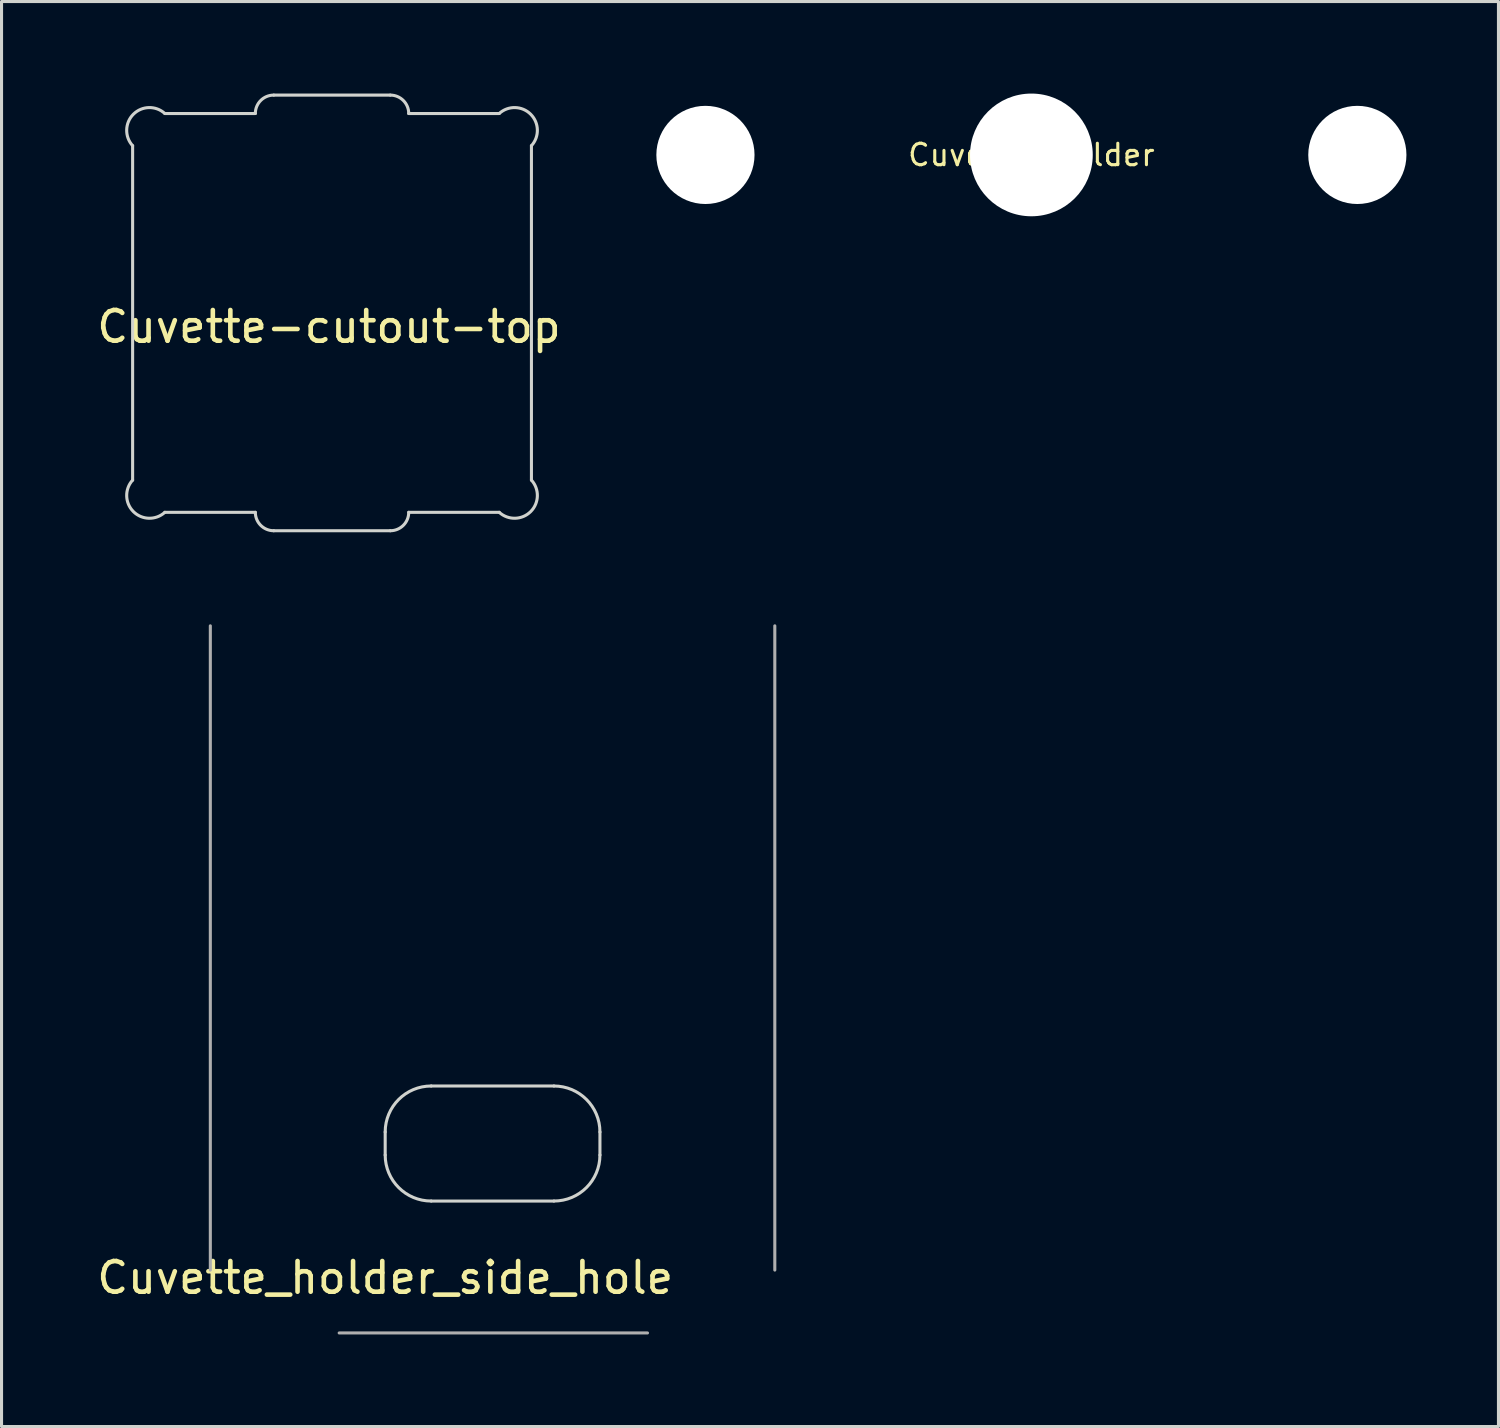
<source format=kicad_pcb>
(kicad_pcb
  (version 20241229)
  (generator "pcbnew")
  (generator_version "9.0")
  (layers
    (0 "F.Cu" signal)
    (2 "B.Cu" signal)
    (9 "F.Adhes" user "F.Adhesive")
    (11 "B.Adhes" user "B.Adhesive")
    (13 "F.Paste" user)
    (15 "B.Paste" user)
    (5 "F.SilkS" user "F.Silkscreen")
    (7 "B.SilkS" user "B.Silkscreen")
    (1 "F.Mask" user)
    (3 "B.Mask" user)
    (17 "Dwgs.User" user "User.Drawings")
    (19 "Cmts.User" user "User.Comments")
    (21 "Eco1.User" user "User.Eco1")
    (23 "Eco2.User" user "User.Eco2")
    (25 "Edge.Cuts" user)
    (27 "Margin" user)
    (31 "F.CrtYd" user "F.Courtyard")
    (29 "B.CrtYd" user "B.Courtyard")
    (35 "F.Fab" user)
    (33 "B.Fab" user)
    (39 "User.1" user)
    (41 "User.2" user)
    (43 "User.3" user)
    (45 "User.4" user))
  (footprint "Cuvette-holder"
    (layer "F.Cu")
    (at 30.57 2)
    (property "Reference" "Cuvette-holder" (at 0 0 0) (layer "F.SilkS") (effects (font (size 0.7 0.7) (thickness 0.1))))
    (attr through_hole)
    (pad "" np_thru_hole circle (at -10.625 0) (size 3.2 3.2) (drill 3.2) (layers "*.Cu" "*.Mask"))
    (pad "" np_thru_hole circle (at 0 0) (size 4 4) (drill 4) (layers "*.Cu" "*.Mask"))
    (pad "" np_thru_hole circle (at 10.625 0) (size 3.2 3.2) (drill 3.2) (layers "*.Cu" "*.Mask")))
  (footprint "Cuvette_holder_side_hole"
    (layer "F.Cu")
    (at 13.006 32.35)
    (property "Reference" "Cuvette_holder_side_hole" (at -3.5 6.25 0) (layer "F.SilkS") (effects (font (size 1 1) (thickness 0.15))))
    (attr through_hole)
    (fp_line (start -3.5 2.25) (end -3.5 1.5) (stroke (width 0.1) (type solid)) (layer "Edge.Cuts"))
    (fp_line (start -2 0) (end 2 0) (stroke (width 0.1) (type solid)) (layer "Edge.Cuts"))
    (fp_line (start -2 3.75) (end 2 3.75) (stroke (width 0.1) (type solid)) (layer "Edge.Cuts"))
    (fp_line (start 3.5 2.25) (end 3.5 1.5) (stroke (width 0.1) (type solid)) (layer "Edge.Cuts"))
    (fp_arc (start -3.5 1.5) (mid -3.06066 0.43934) (end -2 0) (stroke (width 0.1) (type solid)) (layer "Edge.Cuts"))
    (fp_arc (start -2 3.75) (mid -3.06066 3.31066) (end -3.5 2.25) (stroke (width 0.1) (type solid)) (layer "Edge.Cuts"))
    (fp_arc (start 2 0) (mid 3.06066 0.43934) (end 3.5 1.5) (stroke (width 0.1) (type solid)) (layer "Edge.Cuts"))
    (fp_arc (start 3.5 2.25) (mid 3.06066 3.31066) (end 2 3.75) (stroke (width 0.1) (type solid)) (layer "Edge.Cuts"))
    (fp_line (start -9.2 -15) (end -9.2 6) (stroke (width 0.1) (type solid)) (layer "F.Fab"))
    (fp_line (start -5 8.05) (end 5.05 8.05) (stroke (width 0.1) (type solid)) (layer "F.Fab"))
    (fp_line (start 9.2 -15) (end 9.2 6) (stroke (width 0.1) (type solid)) (layer "F.Fab")))
  (footprint "Cuvette-cutout-top"
    (layer "F.Cu")
    (at 7.773 7.15)
    (property "Reference" "Cuvette-cutout-top" (at -0.1 0.45 0) (layer "F.SilkS") (effects (font (size 1 1) (thickness 0.15))))
    (attr through_hole)
    (fp_line (start -6.5 5.45) (end -5.95 6) (stroke (width 0.05) (type solid)) (layer "Eco1.User"))
    (fp_line (start -5.95 6) (end -5.4 6.55) (stroke (width 0.05) (type solid)) (layer "Eco1.User"))
    (fp_line (start -6.5 5.45) (end -6.5 -5.45) (stroke (width 0.1) (type solid)) (layer "Edge.Cuts"))
    (fp_line (start -5.45 -6.5) (end -2.5 -6.5) (stroke (width 0.1) (type solid)) (layer "Edge.Cuts"))
    (fp_line (start -2.5 6.5) (end -5.45 6.5) (stroke (width 0.1) (type solid)) (layer "Edge.Cuts"))
    (fp_line (start -1.9 -7.1) (end 1.9 -7.1) (stroke (width 0.1) (type solid)) (layer "Edge.Cuts"))
    (fp_line (start 1.9 7.1) (end -1.9 7.1) (stroke (width 0.1) (type solid)) (layer "Edge.Cuts"))
    (fp_line (start 2.5 -6.5) (end 5.45 -6.5) (stroke (width 0.1) (type solid)) (layer "Edge.Cuts"))
    (fp_line (start 5.45 6.5) (end 2.5 6.5) (stroke (width 0.1) (type solid)) (layer "Edge.Cuts"))
    (fp_line (start 6.5 -5.45) (end 6.5 5.45) (stroke (width 0.1) (type solid)) (layer "Edge.Cuts"))
    (fp_arc (start -6.5 -5.45) (mid -6.475595 -6.475595) (end -5.45 -6.5) (stroke (width 0.1) (type solid)) (layer "Edge.Cuts"))
    (fp_arc (start -5.45 6.5) (mid -6.475595 6.475595) (end -6.5 5.45) (stroke (width 0.1) (type solid)) (layer "Edge.Cuts"))
    (fp_arc (start -2.5 -6.5) (mid -2.324264 -6.924264) (end -1.9 -7.1) (stroke (width 0.1) (type solid)) (layer "Edge.Cuts"))
    (fp_arc (start -1.9 7.1) (mid -2.324264 6.924264) (end -2.5 6.5) (stroke (width 0.1) (type solid)) (layer "Edge.Cuts"))
    (fp_arc (start 1.9 -7.1) (mid 2.324264 -6.924264) (end 2.5 -6.5) (stroke (width 0.1) (type solid)) (layer "Edge.Cuts"))
    (fp_arc (start 2.5 6.5) (mid 2.324264 6.924264) (end 1.9 7.1) (stroke (width 0.1) (type solid)) (layer "Edge.Cuts"))
    (fp_arc (start 5.45 -6.5) (mid 6.475595 -6.475595) (end 6.5 -5.45) (stroke (width 0.1) (type solid)) (layer "Edge.Cuts"))
    (fp_arc (start 6.5 5.45) (mid 6.475595 6.475595) (end 5.45 6.5) (stroke (width 0.1) (type solid)) (layer "Edge.Cuts")))
  (gr_rect
    (start -3 -3)
    (end 45.795 43.45)
    (stroke (width 0.1) (type default))
    (fill no)
    (layer "Edge.Cuts")))
</source>
